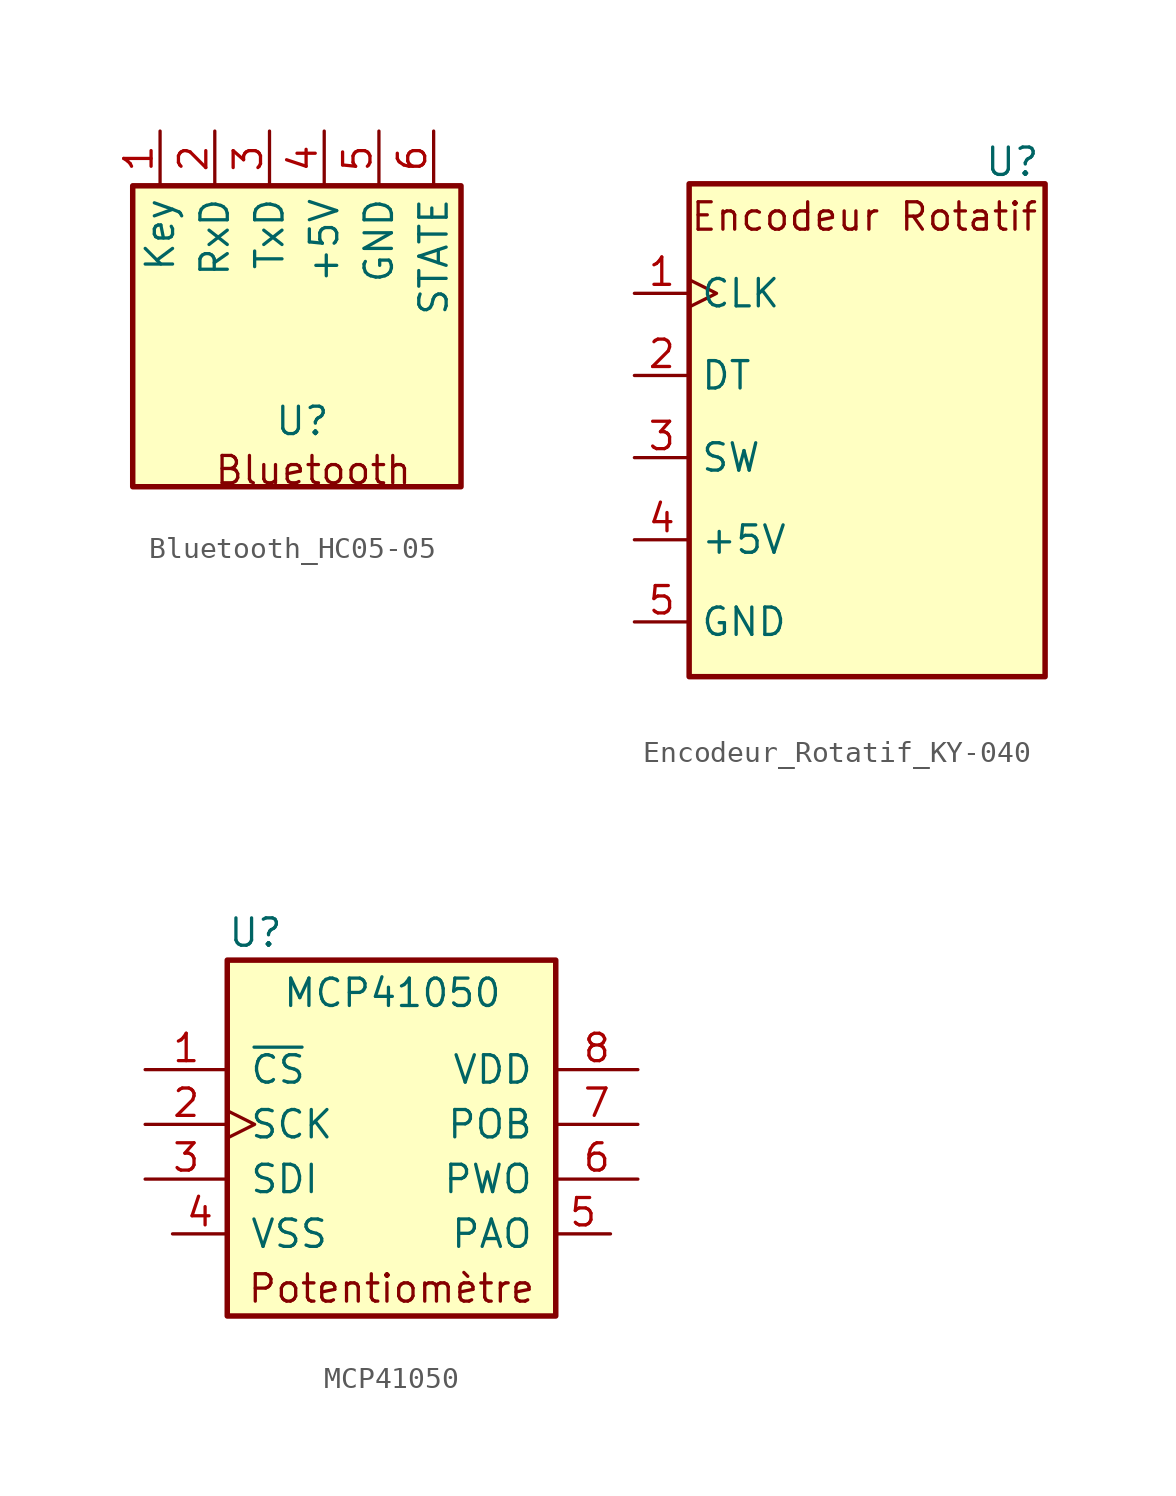
<source format=kicad_sym>
(kicad_symbol_lib
  (version 20241209)
  (generator "kicad_symbol_editor")
  (generator_version "9.0")
  (symbol "Bluetooth_HC05-05"
    (property "Reference" "U"
      (at 2.794 1.778 0)
      (effects (font (size 1.27 1.27))))
    (property "Value" ""
      (at 0 0 0)
      (effects (font (size 1.27 1.27))))
    (symbol "Bluetooth_HC05-05_0_1"
      (rectangle (start -5.08 12.7) (end 10.16 -1.27) (stroke (width 0) (type default)) (fill (type none)))
      (rectangle (start -5.08 12.7) (end 10.16 -1.27) (stroke (width 0.254) (type default)) (fill (type background))))
    (symbol "Bluetooth_HC05-05_1_1"
      (text "Bluetooth\n" (at 3.302 -0.508 0) (effects (font (size 1.27 1.27))))
      (pin bidirectional line (at -3.81 15.24 270) (length 2.54) (name "Key" (effects (font (size 1.27 1.27)))) (number "1" (effects (font (size 1.27 1.27)))))
      (pin bidirectional line (at -1.27 15.24 270) (length 2.54) (name "RxD" (effects (font (size 1.27 1.27)))) (number "2" (effects (font (size 1.27 1.27)))))
      (pin bidirectional line (at 1.27 15.24 270) (length 2.54) (name "TxD" (effects (font (size 1.27 1.27)))) (number "3" (effects (font (size 1.27 1.27)))))
      (pin power_in line (at 3.81 15.24 270) (length 2.54) (name "+5V" (effects (font (size 1.27 1.27)))) (number "4" (effects (font (size 1.27 1.27)))))
      (pin passive line (at 6.35 15.24 270) (length 2.54) (name "GND" (effects (font (size 1.27 1.27)))) (number "5" (effects (font (size 1.27 1.27)))))
      (pin passive line (at 8.89 15.24 270) (length 2.54) (name "STATE" (effects (font (size 1.27 1.27)))) (number "6" (effects (font (size 1.27 1.27)))))))
  (symbol "Encodeur_Rotatif_KY-040"
    (property "Reference" "U"
      (at 7.366 11.176 0)
      (effects (font (size 1.27 1.27))))
    (property "Value" ""
      (at 0 0 0)
      (effects (font (size 1.27 1.27))))
    (symbol "Encodeur_Rotatif_KY-040_0_1"
      (rectangle (start -7.62 10.16) (end 8.89 -12.7) (stroke (width 0.254) (type default)) (fill (type background))))
    (symbol "Encodeur_Rotatif_KY-040_1_1"
      (text "Encodeur Rotatif\n" (at 0.508 8.636 0) (effects (font (size 1.27 1.27))))
      (pin bidirectional clock (at -10.16 5.08 0) (length 2.54) (name "CLK" (effects (font (size 1.27 1.27)))) (number "1" (effects (font (size 1.27 1.27)))))
      (pin bidirectional line (at -10.16 1.27 0) (length 2.54) (name "DT" (effects (font (size 1.27 1.27)))) (number "2" (effects (font (size 1.27 1.27)))))
      (pin bidirectional line (at -10.16 -2.54 0) (length 2.54) (name "SW" (effects (font (size 1.27 1.27)))) (number "3" (effects (font (size 1.27 1.27)))))
      (pin power_in line (at -10.16 -6.35 0) (length 2.54) (name "+5V" (effects (font (size 1.27 1.27)))) (number "4" (effects (font (size 1.27 1.27)))))
      (pin passive line (at -10.16 -10.16 0) (length 2.54) (name "GND" (effects (font (size 1.27 1.27)))) (number "5" (effects (font (size 1.27 1.27)))))))
  (symbol "MCP41050"
    (pin_names
      (offset 1.016))
    (property "Reference" "U"
      (at -6.35 8.89 0)
      (effects (font (size 1.27 1.27)) (justify left)))
    (property "Value" "MCP41050"
      (at -3.81 6.096 0)
      (effects (font (size 1.27 1.27)) (justify left)))
    (symbol "MCP41050_0_1"
      (rectangle (start -6.35 7.62) (end 8.89 -8.89) (stroke (width 0.254) (type default)) (fill (type background))))
    (symbol "MCP41050_1_1"
      (text "Potentiomètre" (at 1.27 -7.62 0) (effects (font (size 1.27 1.27))))
      (pin input line (at -10.16 2.54 0) (length 3.81) (name "~{CS}" (effects (font (size 1.27 1.27)))) (number "1" (effects (font (size 1.27 1.27)))))
      (pin input clock (at -10.16 0 0) (length 3.81) (name "SCK" (effects (font (size 1.27 1.27)))) (number "2" (effects (font (size 1.27 1.27)))))
      (pin input line (at -10.16 -2.54 0) (length 3.81) (name "SDI" (effects (font (size 1.27 1.27)))) (number "3" (effects (font (size 1.27 1.27)))))
      (pin power_in line (at -8.89 -5.08 0) (length 2.54) (name "VSS" (effects (font (size 1.27 1.27)))) (number "4" (effects (font (size 1.27 1.27)))))
      (pin power_in line (at 11.43 -5.08 180) (length 2.54) (name "PAO" (effects (font (size 1.27 1.27)))) (number "5" (effects (font (size 1.27 1.27)))))
      (pin power_in line (at 12.7 2.54 180) (length 3.81) (name "VDD" (effects (font (size 1.27 1.27)))) (number "8" (effects (font (size 1.27 1.27)))))
      (pin bidirectional line (at 12.7 0 180) (length 3.81) (name "POB" (effects (font (size 1.27 1.27)))) (number "7" (effects (font (size 1.27 1.27)))))
      (pin bidirectional line (at 12.7 -2.54 180) (length 3.81) (name "PWO" (effects (font (size 1.27 1.27)))) (number "6" (effects (font (size 1.27 1.27))))))))
</source>
